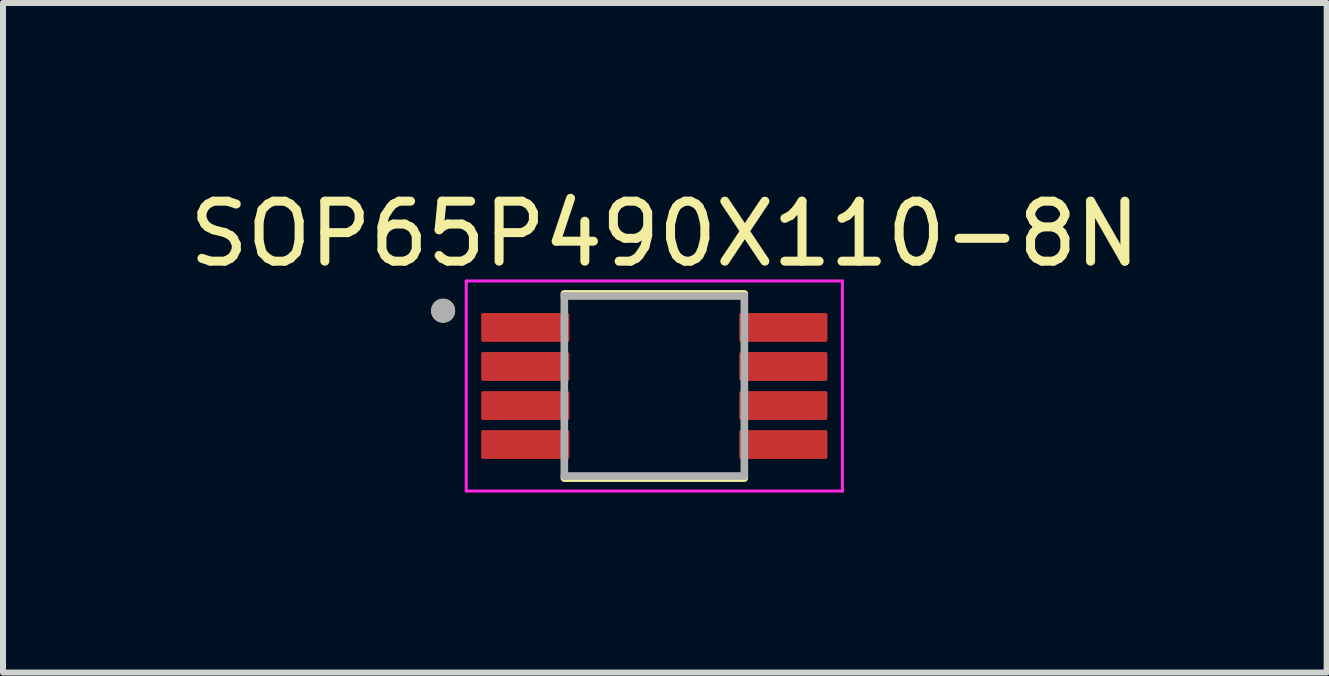
<source format=kicad_pcb>
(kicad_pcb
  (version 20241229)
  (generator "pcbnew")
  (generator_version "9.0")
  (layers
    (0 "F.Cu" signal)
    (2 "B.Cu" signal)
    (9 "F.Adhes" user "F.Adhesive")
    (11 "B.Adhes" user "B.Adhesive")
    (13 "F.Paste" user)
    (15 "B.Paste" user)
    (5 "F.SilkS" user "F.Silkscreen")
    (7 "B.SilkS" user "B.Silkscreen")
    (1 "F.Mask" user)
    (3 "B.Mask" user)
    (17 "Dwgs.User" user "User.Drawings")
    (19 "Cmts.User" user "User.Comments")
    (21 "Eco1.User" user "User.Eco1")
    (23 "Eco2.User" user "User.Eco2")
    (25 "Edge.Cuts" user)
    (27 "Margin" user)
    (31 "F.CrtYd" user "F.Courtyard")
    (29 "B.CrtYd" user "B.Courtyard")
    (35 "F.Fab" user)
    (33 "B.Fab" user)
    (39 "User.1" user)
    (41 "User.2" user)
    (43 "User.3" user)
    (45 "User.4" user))
  (footprint "SOP65P490X110-8N"
    (layer "F.Cu")
    (at 7.855 3.383)
    (property "Reference" "SOP65P490X110-8N" (at 0.175 -2.535 0) (layer "F.SilkS") (effects (font (size 1 1) (thickness 0.15))))
    (attr smd)
    (fp_line (start -1.5 -1.535) (end 1.5 -1.535) (stroke (width 0.127) (type solid)) (layer "F.SilkS"))
    (fp_line (start -1.5 1.535) (end 1.5 1.535) (stroke (width 0.127) (type solid)) (layer "F.SilkS"))
    (fp_circle (center -3.52 -1.255) (end -3.42 -1.255) (stroke (width 0.2) (type solid)) (fill no) (layer "F.SilkS"))
    (fp_line (start -3.135 -1.75) (end -3.135 1.75) (stroke (width 0.05) (type solid)) (layer "F.CrtYd"))
    (fp_line (start -3.135 -1.75) (end 3.135 -1.75) (stroke (width 0.05) (type solid)) (layer "F.CrtYd"))
    (fp_line (start -3.135 1.75) (end 3.135 1.75) (stroke (width 0.05) (type solid)) (layer "F.CrtYd"))
    (fp_line (start 3.135 -1.75) (end 3.135 1.75) (stroke (width 0.05) (type solid)) (layer "F.CrtYd"))
    (fp_line (start -1.5 -1.5) (end -1.5 1.5) (stroke (width 0.127) (type solid)) (layer "F.Fab"))
    (fp_line (start -1.5 -1.5) (end 1.5 -1.5) (stroke (width 0.127) (type solid)) (layer "F.Fab"))
    (fp_line (start -1.5 1.5) (end 1.5 1.5) (stroke (width 0.127) (type solid)) (layer "F.Fab"))
    (fp_line (start 1.5 -1.5) (end 1.5 1.5) (stroke (width 0.127) (type solid)) (layer "F.Fab"))
    (fp_circle (center -3.52 -1.255) (end -3.42 -1.255) (stroke (width 0.2) (type solid)) (fill no) (layer "F.Fab"))
    (pad "1" smd roundrect (at -2.15 -0.975) (size 1.47 0.48) (layers "F.Cu" "F.Mask" "F.Paste") (roundrect_rratio 0.06))
    (pad "2" smd roundrect (at -2.15 -0.325) (size 1.47 0.48) (layers "F.Cu" "F.Mask" "F.Paste") (roundrect_rratio 0.06))
    (pad "3" smd roundrect (at -2.15 0.325) (size 1.47 0.48) (layers "F.Cu" "F.Mask" "F.Paste") (roundrect_rratio 0.06))
    (pad "4" smd roundrect (at -2.15 0.975) (size 1.47 0.48) (layers "F.Cu" "F.Mask" "F.Paste") (roundrect_rratio 0.06))
    (pad "5" smd roundrect (at 2.15 0.975) (size 1.47 0.48) (layers "F.Cu" "F.Mask" "F.Paste") (roundrect_rratio 0.06))
    (pad "6" smd roundrect (at 2.15 0.325) (size 1.47 0.48) (layers "F.Cu" "F.Mask" "F.Paste") (roundrect_rratio 0.06))
    (pad "7" smd roundrect (at 2.15 -0.325) (size 1.47 0.48) (layers "F.Cu" "F.Mask" "F.Paste") (roundrect_rratio 0.06))
    (pad "8" smd roundrect (at 2.15 -0.975) (size 1.47 0.48) (layers "F.Cu" "F.Mask" "F.Paste") (roundrect_rratio 0.06)))
  (gr_rect
    (start -3 -3)
    (end 19.06 8.158)
    (stroke (width 0.1) (type default))
    (fill no)
    (layer "Edge.Cuts")))
</source>
